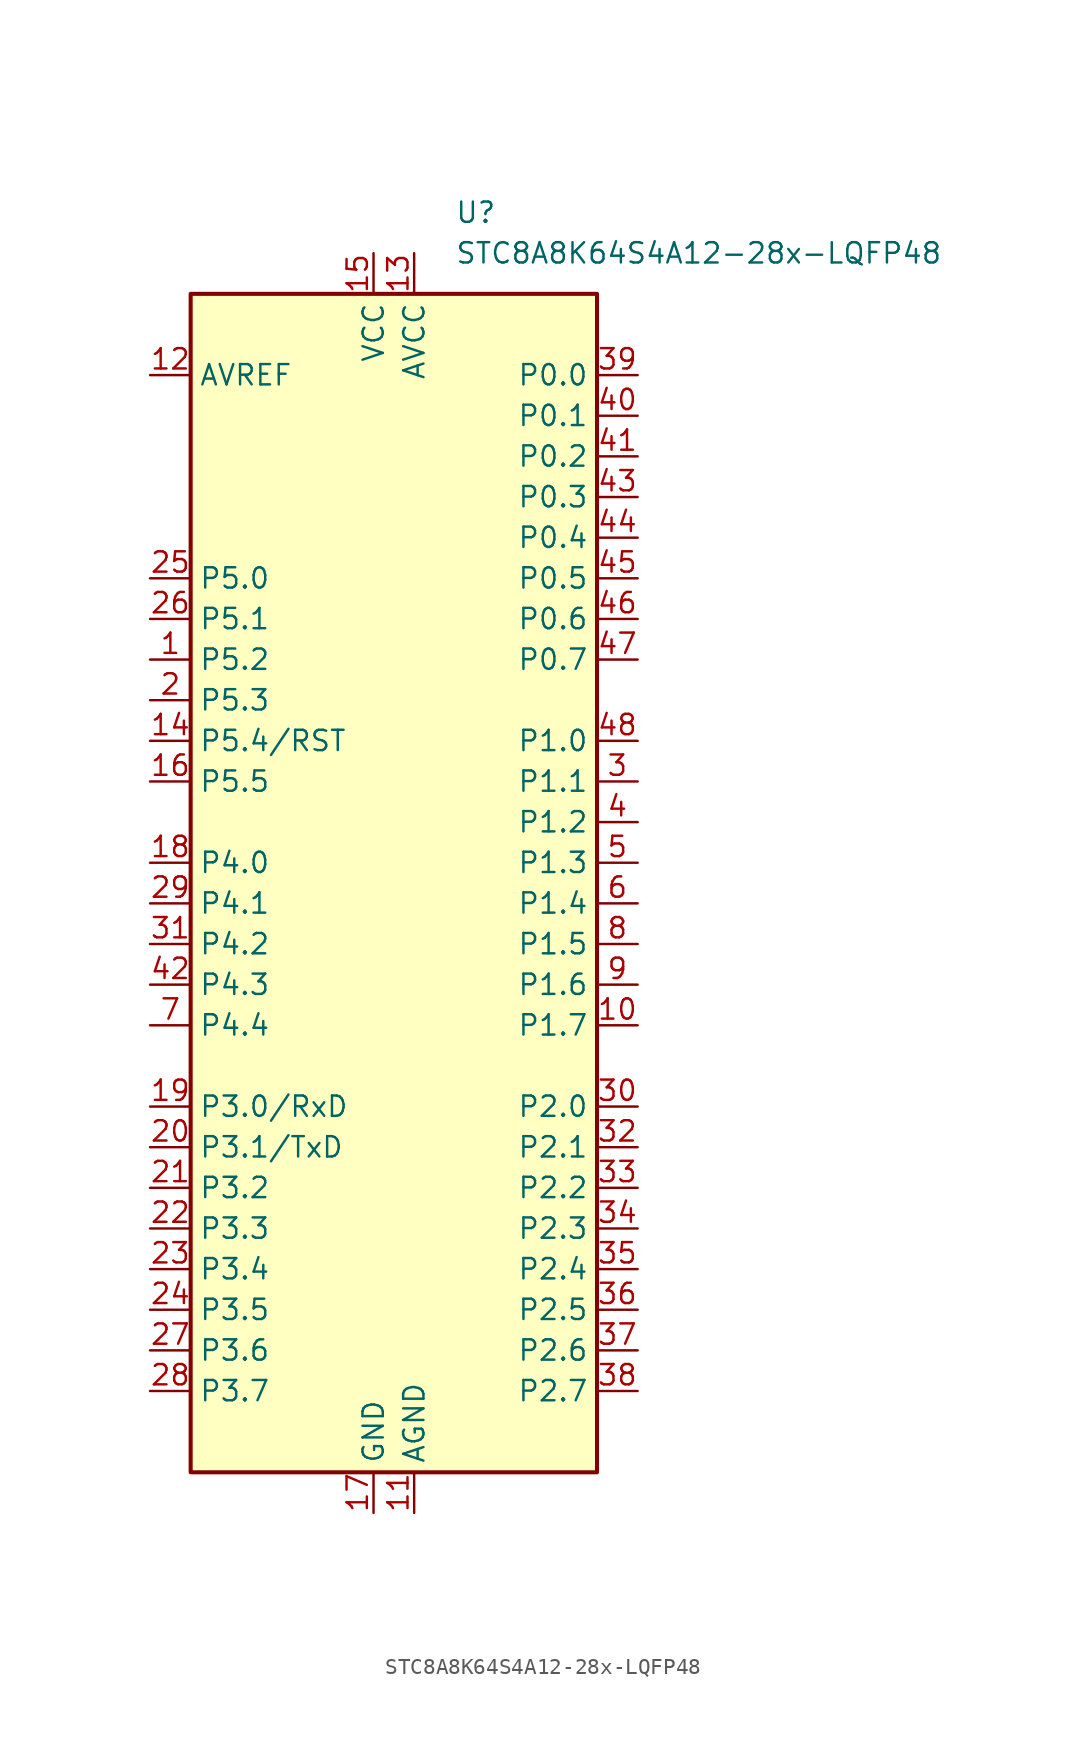
<source format=kicad_sym>
(kicad_symbol_lib
  (version 20211014)
  (generator kicad_symbol_editor)
  (symbol "STC8A8K64S4A12-28x-LQFP48"
    (property "Reference" "U"
      (at 3.81 41.91 0)
      (effects (font (size 1.27 1.27)) (justify left)))
    (property "Value" "STC8A8K64S4A12-28x-LQFP48"
      (at 3.81 39.37 0)
      (effects (font (size 1.27 1.27)) (justify left)))
    (symbol "STC8A8K64S4A12-28x-LQFP48_0_0"
      (pin bidirectional line (at 15.24 -13.97 180) (length 2.54) (name "P2.0" (effects (font (size 1.27 1.27)))) (number "30" (effects (font (size 1.27 1.27))))))
    (symbol "STC8A8K64S4A12-28x-LQFP48_0_1"
      (rectangle (start -12.7 36.83) (end 12.7 -36.83) (stroke (width 0.254) (type default) (color 0 0 0 0)) (fill (type background))))
    (symbol "STC8A8K64S4A12-28x-LQFP48_1_1"
      (pin bidirectional line (at -15.24 13.97 0) (length 2.54) (name "P5.2" (effects (font (size 1.27 1.27)))) (number "1" (effects (font (size 1.27 1.27)))))
      (pin bidirectional line (at 15.24 -8.89 180) (length 2.54) (name "P1.7" (effects (font (size 1.27 1.27)))) (number "10" (effects (font (size 1.27 1.27)))))
      (pin power_in line (at 1.27 -39.37 90) (length 2.54) (name "AGND" (effects (font (size 1.27 1.27)))) (number "11" (effects (font (size 1.27 1.27)))))
      (pin power_in line (at -15.24 31.75 0) (length 2.54) (name "AVREF" (effects (font (size 1.27 1.27)))) (number "12" (effects (font (size 1.27 1.27)))))
      (pin power_in line (at 1.27 39.37 270) (length 2.54) (name "AVCC" (effects (font (size 1.27 1.27)))) (number "13" (effects (font (size 1.27 1.27)))))
      (pin bidirectional line (at -15.24 8.89 0) (length 2.54) (name "P5.4/RST" (effects (font (size 1.27 1.27)))) (number "14" (effects (font (size 1.27 1.27)))))
      (pin power_in line (at -1.27 39.37 270) (length 2.54) (name "VCC" (effects (font (size 1.27 1.27)))) (number "15" (effects (font (size 1.27 1.27)))))
      (pin bidirectional line (at -15.24 6.35 0) (length 2.54) (name "P5.5" (effects (font (size 1.27 1.27)))) (number "16" (effects (font (size 1.27 1.27)))))
      (pin power_in line (at -1.27 -39.37 90) (length 2.54) (name "GND" (effects (font (size 1.27 1.27)))) (number "17" (effects (font (size 1.27 1.27)))))
      (pin bidirectional line (at -15.24 1.27 0) (length 2.54) (name "P4.0" (effects (font (size 1.27 1.27)))) (number "18" (effects (font (size 1.27 1.27)))))
      (pin bidirectional line (at -15.24 -13.97 0) (length 2.54) (name "P3.0/RxD" (effects (font (size 1.27 1.27)))) (number "19" (effects (font (size 1.27 1.27)))))
      (pin bidirectional line (at -15.24 11.43 0) (length 2.54) (name "P5.3" (effects (font (size 1.27 1.27)))) (number "2" (effects (font (size 1.27 1.27)))))
      (pin bidirectional line (at -15.24 -16.51 0) (length 2.54) (name "P3.1/TxD" (effects (font (size 1.27 1.27)))) (number "20" (effects (font (size 1.27 1.27)))))
      (pin bidirectional line (at -15.24 -19.05 0) (length 2.54) (name "P3.2" (effects (font (size 1.27 1.27)))) (number "21" (effects (font (size 1.27 1.27)))))
      (pin bidirectional line (at -15.24 -21.59 0) (length 2.54) (name "P3.3" (effects (font (size 1.27 1.27)))) (number "22" (effects (font (size 1.27 1.27)))))
      (pin bidirectional line (at -15.24 -24.13 0) (length 2.54) (name "P3.4" (effects (font (size 1.27 1.27)))) (number "23" (effects (font (size 1.27 1.27)))))
      (pin bidirectional line (at -15.24 -26.67 0) (length 2.54) (name "P3.5" (effects (font (size 1.27 1.27)))) (number "24" (effects (font (size 1.27 1.27)))))
      (pin bidirectional line (at -15.24 19.05 0) (length 2.54) (name "P5.0" (effects (font (size 1.27 1.27)))) (number "25" (effects (font (size 1.27 1.27)))))
      (pin bidirectional line (at -15.24 16.51 0) (length 2.54) (name "P5.1" (effects (font (size 1.27 1.27)))) (number "26" (effects (font (size 1.27 1.27)))))
      (pin bidirectional line (at -15.24 -29.21 0) (length 2.54) (name "P3.6" (effects (font (size 1.27 1.27)))) (number "27" (effects (font (size 1.27 1.27)))))
      (pin bidirectional line (at -15.24 -31.75 0) (length 2.54) (name "P3.7" (effects (font (size 1.27 1.27)))) (number "28" (effects (font (size 1.27 1.27)))))
      (pin bidirectional line (at -15.24 -1.27 0) (length 2.54) (name "P4.1" (effects (font (size 1.27 1.27)))) (number "29" (effects (font (size 1.27 1.27)))))
      (pin bidirectional line (at 15.24 6.35 180) (length 2.54) (name "P1.1" (effects (font (size 1.27 1.27)))) (number "3" (effects (font (size 1.27 1.27)))))
      (pin bidirectional line (at -15.24 -3.81 0) (length 2.54) (name "P4.2" (effects (font (size 1.27 1.27)))) (number "31" (effects (font (size 1.27 1.27)))))
      (pin bidirectional line (at 15.24 -16.51 180) (length 2.54) (name "P2.1" (effects (font (size 1.27 1.27)))) (number "32" (effects (font (size 1.27 1.27)))))
      (pin bidirectional line (at 15.24 -19.05 180) (length 2.54) (name "P2.2" (effects (font (size 1.27 1.27)))) (number "33" (effects (font (size 1.27 1.27)))))
      (pin bidirectional line (at 15.24 -21.59 180) (length 2.54) (name "P2.3" (effects (font (size 1.27 1.27)))) (number "34" (effects (font (size 1.27 1.27)))))
      (pin bidirectional line (at 15.24 -24.13 180) (length 2.54) (name "P2.4" (effects (font (size 1.27 1.27)))) (number "35" (effects (font (size 1.27 1.27)))))
      (pin bidirectional line (at 15.24 -26.67 180) (length 2.54) (name "P2.5" (effects (font (size 1.27 1.27)))) (number "36" (effects (font (size 1.27 1.27)))))
      (pin bidirectional line (at 15.24 -29.21 180) (length 2.54) (name "P2.6" (effects (font (size 1.27 1.27)))) (number "37" (effects (font (size 1.27 1.27)))))
      (pin bidirectional line (at 15.24 -31.75 180) (length 2.54) (name "P2.7" (effects (font (size 1.27 1.27)))) (number "38" (effects (font (size 1.27 1.27)))))
      (pin bidirectional line (at 15.24 31.75 180) (length 2.54) (name "P0.0" (effects (font (size 1.27 1.27)))) (number "39" (effects (font (size 1.27 1.27)))))
      (pin bidirectional line (at 15.24 3.81 180) (length 2.54) (name "P1.2" (effects (font (size 1.27 1.27)))) (number "4" (effects (font (size 1.27 1.27)))))
      (pin bidirectional line (at 15.24 29.21 180) (length 2.54) (name "P0.1" (effects (font (size 1.27 1.27)))) (number "40" (effects (font (size 1.27 1.27)))))
      (pin bidirectional line (at 15.24 26.67 180) (length 2.54) (name "P0.2" (effects (font (size 1.27 1.27)))) (number "41" (effects (font (size 1.27 1.27)))))
      (pin bidirectional line (at -15.24 -6.35 0) (length 2.54) (name "P4.3" (effects (font (size 1.27 1.27)))) (number "42" (effects (font (size 1.27 1.27)))))
      (pin bidirectional line (at 15.24 24.13 180) (length 2.54) (name "P0.3" (effects (font (size 1.27 1.27)))) (number "43" (effects (font (size 1.27 1.27)))))
      (pin bidirectional line (at 15.24 21.59 180) (length 2.54) (name "P0.4" (effects (font (size 1.27 1.27)))) (number "44" (effects (font (size 1.27 1.27)))))
      (pin bidirectional line (at 15.24 19.05 180) (length 2.54) (name "P0.5" (effects (font (size 1.27 1.27)))) (number "45" (effects (font (size 1.27 1.27)))))
      (pin bidirectional line (at 15.24 16.51 180) (length 2.54) (name "P0.6" (effects (font (size 1.27 1.27)))) (number "46" (effects (font (size 1.27 1.27)))))
      (pin bidirectional line (at 15.24 13.97 180) (length 2.54) (name "P0.7" (effects (font (size 1.27 1.27)))) (number "47" (effects (font (size 1.27 1.27)))))
      (pin bidirectional line (at 15.24 8.89 180) (length 2.54) (name "P1.0" (effects (font (size 1.27 1.27)))) (number "48" (effects (font (size 1.27 1.27)))))
      (pin bidirectional line (at 15.24 1.27 180) (length 2.54) (name "P1.3" (effects (font (size 1.27 1.27)))) (number "5" (effects (font (size 1.27 1.27)))))
      (pin bidirectional line (at 15.24 -1.27 180) (length 2.54) (name "P1.4" (effects (font (size 1.27 1.27)))) (number "6" (effects (font (size 1.27 1.27)))))
      (pin bidirectional line (at -15.24 -8.89 0) (length 2.54) (name "P4.4" (effects (font (size 1.27 1.27)))) (number "7" (effects (font (size 1.27 1.27)))))
      (pin bidirectional line (at 15.24 -3.81 180) (length 2.54) (name "P1.5" (effects (font (size 1.27 1.27)))) (number "8" (effects (font (size 1.27 1.27)))))
      (pin bidirectional line (at 15.24 -6.35 180) (length 2.54) (name "P1.6" (effects (font (size 1.27 1.27)))) (number "9" (effects (font (size 1.27 1.27))))))))
</source>
